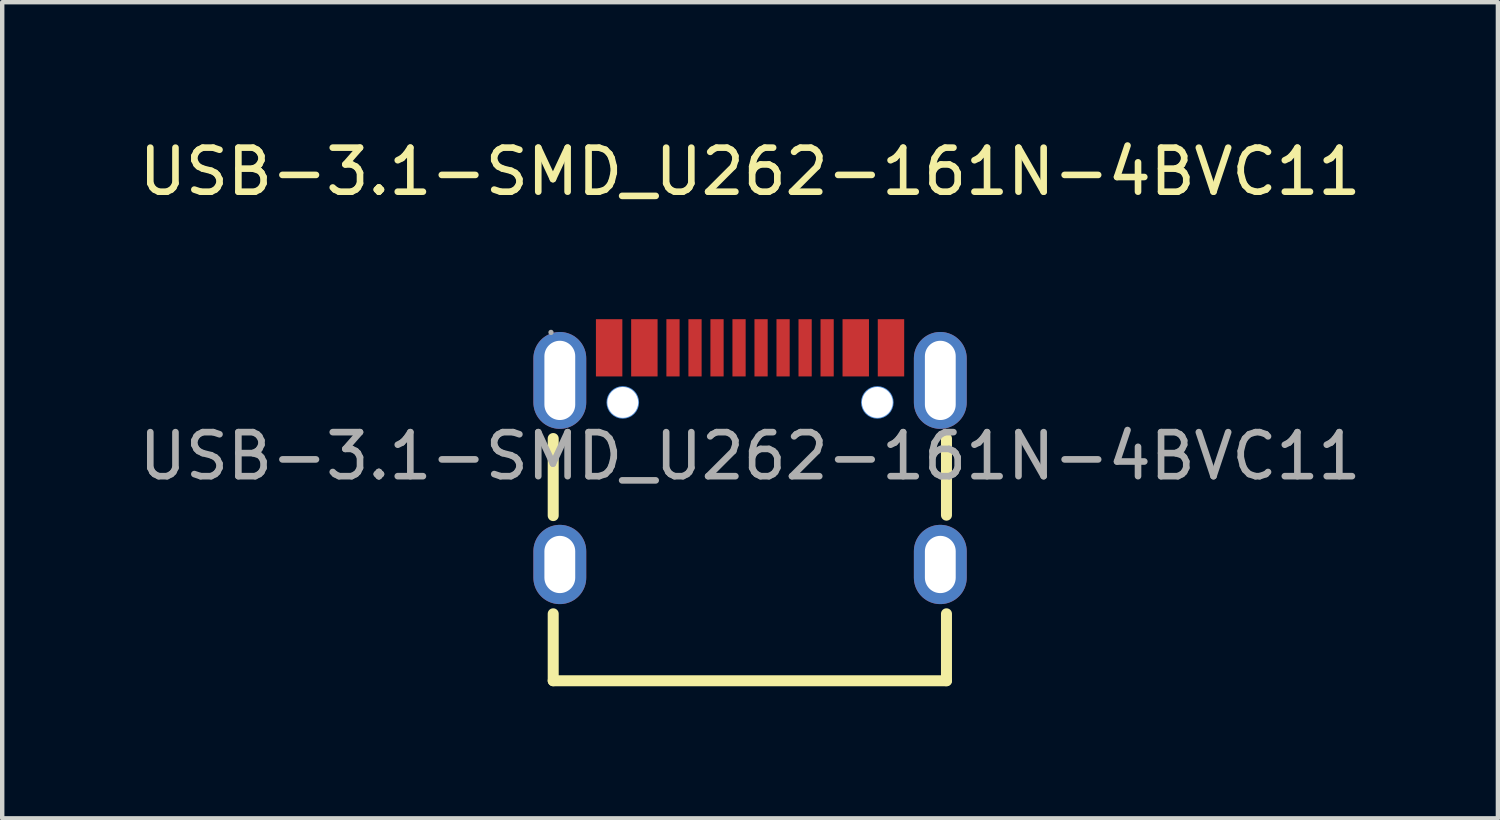
<source format=kicad_pcb>
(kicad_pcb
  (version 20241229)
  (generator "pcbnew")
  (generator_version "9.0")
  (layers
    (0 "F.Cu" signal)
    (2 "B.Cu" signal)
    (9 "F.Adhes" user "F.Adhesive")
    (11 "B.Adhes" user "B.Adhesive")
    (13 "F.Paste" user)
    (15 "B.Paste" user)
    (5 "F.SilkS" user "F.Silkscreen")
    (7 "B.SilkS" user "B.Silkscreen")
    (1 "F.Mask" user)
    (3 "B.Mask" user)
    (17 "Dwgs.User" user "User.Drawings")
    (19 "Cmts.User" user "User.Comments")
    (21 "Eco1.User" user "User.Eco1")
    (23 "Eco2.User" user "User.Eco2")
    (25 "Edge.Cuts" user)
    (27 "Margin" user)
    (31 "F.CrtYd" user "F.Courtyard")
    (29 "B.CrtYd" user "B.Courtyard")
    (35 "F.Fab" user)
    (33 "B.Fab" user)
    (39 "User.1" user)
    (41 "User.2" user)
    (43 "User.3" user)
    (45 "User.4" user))
  (footprint "USB-3.1-SMD_U262-161N-4BVC11"
    (layer "F.Cu")
    (at 13.982 7.308)
    (property "Reference" "USB-3.1-SMD_U262-161N-4BVC11" (at 0 -6.46 0) (layer "F.SilkS") (effects (font (size 1 1) (thickness 0.15))))
    (attr smd)
    (fp_line (start -4.47 -0.4) (end -4.47 1.35) (stroke (width 0.25) (type solid)) (layer "F.SilkS"))
    (fp_line (start -4.47 3.58) (end -4.47 5.1) (stroke (width 0.25) (type solid)) (layer "F.SilkS"))
    (fp_line (start -4.47 5.1) (end 4.46 5.1) (stroke (width 0.25) (type solid)) (layer "F.SilkS"))
    (fp_line (start 4.46 1.34) (end 4.46 -0.4) (stroke (width 0.25) (type solid)) (layer "F.SilkS"))
    (fp_line (start 4.46 5.1) (end 4.46 3.58) (stroke (width 0.25) (type solid)) (layer "F.SilkS"))
    (fp_circle (center -2.89 -1.22) (end -2.77 -1.22) (stroke (width 0.25) (type solid)) (fill no) (layer "Cmts.User"))
    (fp_circle (center 2.89 -1.22) (end 3.01 -1.22) (stroke (width 0.25) (type solid)) (fill no) (layer "Cmts.User"))
    (fp_circle (center -4.52 -2.81) (end -4.49 -2.81) (stroke (width 0.06) (type solid)) (fill no) (layer "F.Fab"))
    (fp_text user "${REFERENCE}" (at 0 0 0) (layer "F.Fab") (effects (font (size 1 1) (thickness 0.15))))
    (pad "" thru_hole circle (at -2.89 -1.22) (size 0.7 0.7) (drill 0.7) (layers "*.Cu" "*.Mask"))
    (pad "" thru_hole circle (at 2.89 -1.22) (size 0.7 0.7) (drill 0.7) (layers "*.Cu" "*.Mask"))
    (pad "13" thru_hole oval (at 4.32 -1.72) (size 1.2 2.2) (drill oval 0.7 1.8) (layers "*.Cu" "*.Mask"))
    (pad "14" thru_hole oval (at 4.32 2.46) (size 1.2 1.8) (drill oval 0.7 1.3) (layers "*.Cu" "*.Mask"))
    (pad "15" thru_hole oval (at -4.32 2.46) (size 1.2 1.8) (drill oval 0.7 1.3) (layers "*.Cu" "*.Mask"))
    (pad "16" thru_hole oval (at -4.32 -1.72) (size 1.2 2.2) (drill oval 0.7 1.8) (layers "*.Cu" "*.Mask"))
    (pad "A1B12" smd rect (at -3.2 -2.46) (size 0.6 1.3) (layers "F.Cu" "F.Mask" "F.Paste"))
    (pad "A4B9" smd rect (at -2.4 -2.46) (size 0.6 1.3) (layers "F.Cu" "F.Mask" "F.Paste"))
    (pad "A5" smd rect (at -1.25 -2.46) (size 0.3 1.3) (layers "F.Cu" "F.Mask" "F.Paste"))
    (pad "A6" smd rect (at -0.25 -2.46) (size 0.3 1.3) (layers "F.Cu" "F.Mask" "F.Paste"))
    (pad "A7" smd rect (at 0.25 -2.46) (size 0.3 1.3) (layers "F.Cu" "F.Mask" "F.Paste"))
    (pad "A8" smd rect (at 1.25 -2.46) (size 0.3 1.3) (layers "F.Cu" "F.Mask" "F.Paste"))
    (pad "B1A12" smd rect (at 3.2 -2.46) (size 0.6 1.3) (layers "F.Cu" "F.Mask" "F.Paste"))
    (pad "B4A9" smd rect (at 2.4 -2.46) (size 0.6 1.3) (layers "F.Cu" "F.Mask" "F.Paste"))
    (pad "B5" smd rect (at 1.75 -2.46) (size 0.3 1.3) (layers "F.Cu" "F.Mask" "F.Paste"))
    (pad "B6" smd rect (at 0.75 -2.46) (size 0.3 1.3) (layers "F.Cu" "F.Mask" "F.Paste"))
    (pad "B7" smd rect (at -0.75 -2.46) (size 0.3 1.3) (layers "F.Cu" "F.Mask" "F.Paste"))
    (pad "B8" smd rect (at -1.75 -2.46) (size 0.3 1.3) (layers "F.Cu" "F.Mask" "F.Paste")))
  (gr_rect
    (start -3 -3)
    (end 30.964 15.533)
    (stroke (width 0.1) (type default))
    (fill no)
    (layer "Edge.Cuts")))
</source>
